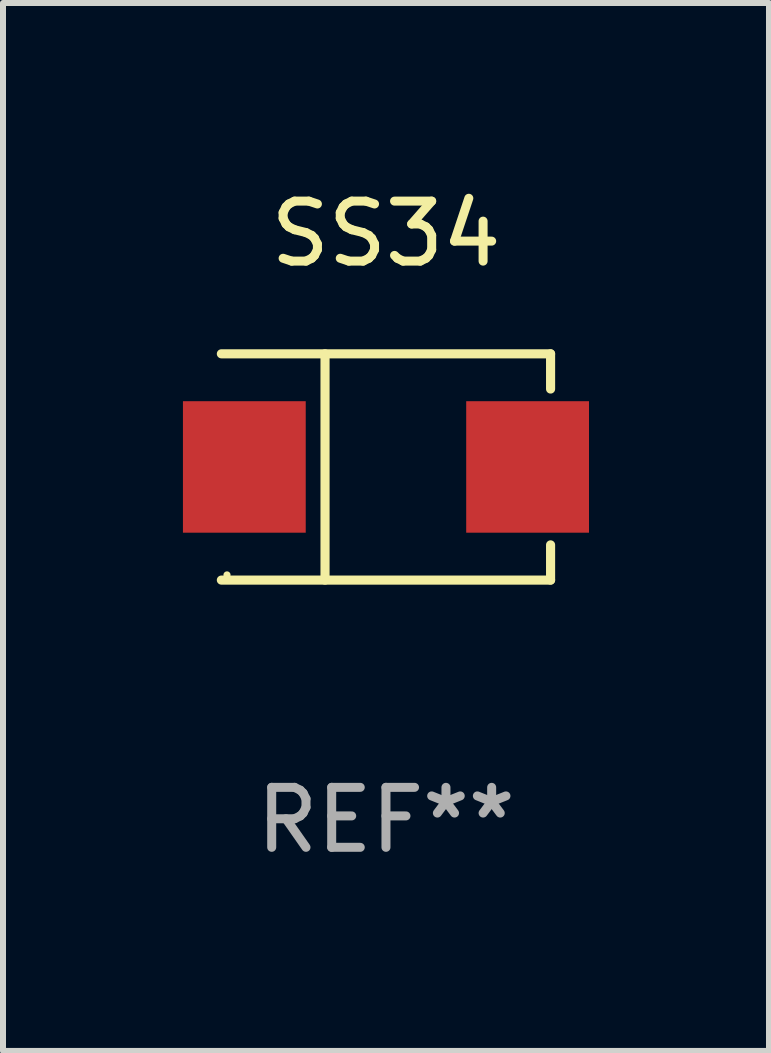
<source format=kicad_pcb>
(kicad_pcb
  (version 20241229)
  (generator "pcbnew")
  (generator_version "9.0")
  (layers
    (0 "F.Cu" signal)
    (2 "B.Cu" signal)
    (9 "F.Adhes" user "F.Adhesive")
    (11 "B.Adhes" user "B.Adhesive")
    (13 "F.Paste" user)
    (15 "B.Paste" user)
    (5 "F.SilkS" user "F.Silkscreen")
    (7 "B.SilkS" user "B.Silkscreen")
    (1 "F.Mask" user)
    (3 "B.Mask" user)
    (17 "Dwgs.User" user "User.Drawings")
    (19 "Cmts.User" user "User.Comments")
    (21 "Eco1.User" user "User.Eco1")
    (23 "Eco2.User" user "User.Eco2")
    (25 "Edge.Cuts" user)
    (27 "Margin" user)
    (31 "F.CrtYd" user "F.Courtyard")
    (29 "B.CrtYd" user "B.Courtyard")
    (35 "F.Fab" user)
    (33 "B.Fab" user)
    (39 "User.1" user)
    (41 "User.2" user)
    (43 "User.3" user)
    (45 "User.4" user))
  (footprint "SS34"
    (layer "F.Cu")
    (at 3.384 4.734)
    (property "Reference" "SS34" (at 0 -3.886 0) (layer "F.SilkS") (effects (font (size 1 1) (thickness 0.15))))
    (attr through_hole)
    (fp_line (start -2.744 -1.886) (end 2.744 -1.886) (stroke (width 0.152) (type solid)) (layer "F.SilkS"))
    (fp_line (start -2.744 1.886) (end 2.744 1.886) (stroke (width 0.152) (type solid)) (layer "F.SilkS"))
    (fp_line (start -1.016 -1.886) (end -1.016 1.886) (stroke (width 0.152) (type solid)) (layer "F.SilkS"))
    (fp_line (start 2.744 -1.886) (end 2.744 -1.299) (stroke (width 0.152) (type solid)) (layer "F.SilkS"))
    (fp_line (start 2.744 1.886) (end 2.744 1.299) (stroke (width 0.152) (type solid)) (layer "F.SilkS"))
    (fp_circle (center -2.65 1.8) (end -2.62 1.8) (stroke (width 0.06) (type solid)) (fill no) (layer "F.SilkS"))
    (fp_text user "REF**" (at 0 5.886 0) (layer "F.Fab") (effects (font (size 1 1) (thickness 0.15))))
    (pad "1" smd rect (at -2.361 0) (size 2.047 2.192) (layers "F.Cu" "F.Mask" "F.Paste"))
    (pad "2" smd rect (at 2.361 0) (size 2.047 2.192) (layers "F.Cu" "F.Mask" "F.Paste")))
  (gr_rect
    (start -3 -3)
    (end 9.769 14.469)
    (stroke (width 0.1) (type default))
    (fill no)
    (layer "Edge.Cuts")))
</source>
